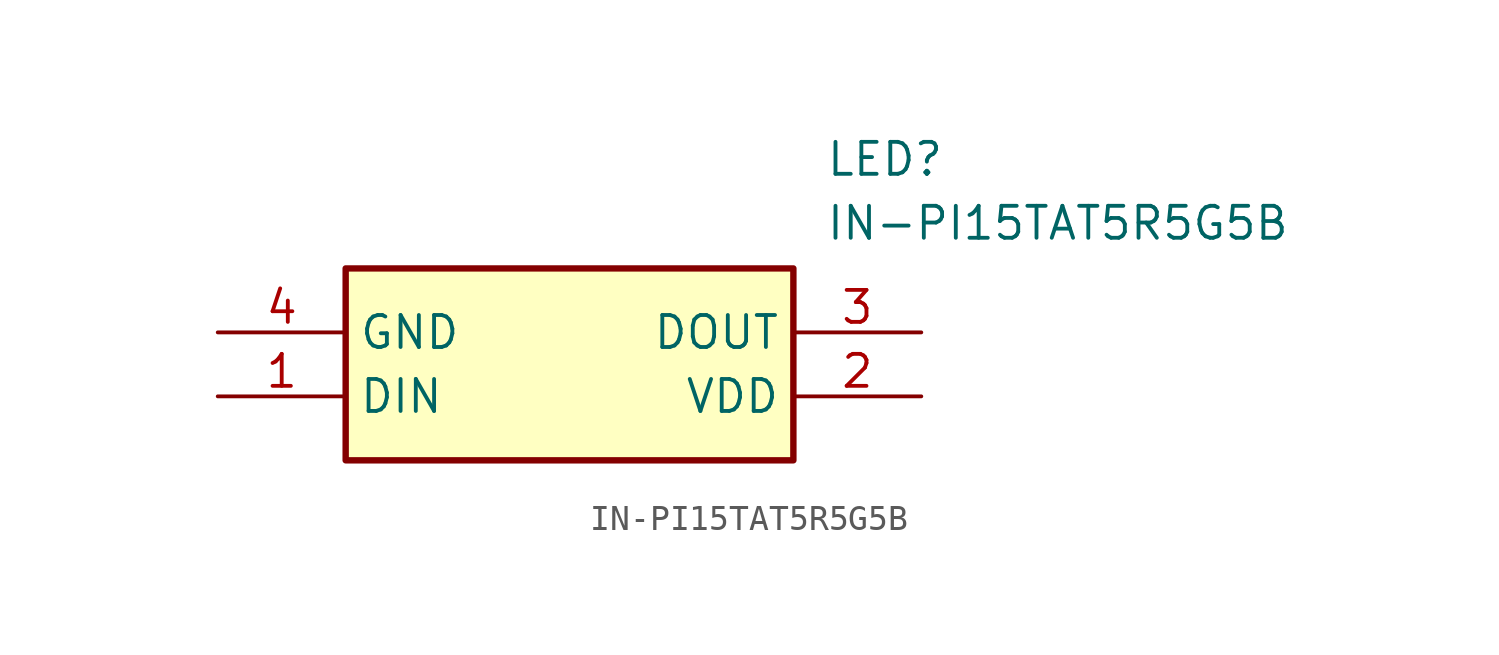
<source format=kicad_sym>
(kicad_symbol_lib
  (version 20211014)
  (generator SamacSys_ECAD_Model)
  (symbol "IN-PI15TAT5R5G5B"
    (property "Reference" "LED"
      (at 24.13 7.62 0)
      (effects (font (size 1.27 1.27)) (justify left top)))
    (property "Value" "IN-PI15TAT5R5G5B"
      (at 24.13 5.08 0)
      (effects (font (size 1.27 1.27)) (justify left top)))
    (rectangle
      (start 5.08 2.54)
      (end 22.86 -5.08)
      (stroke (width 0.254) (type default))
      (fill (type background)))
    (pin passive line
      (at 0 -2.54 0)
      (length 5.08)
      (name "DIN" (effects (font (size 1.27 1.27))))
      (number "1" (effects (font (size 1.27 1.27)))))
    (pin passive line
      (at 27.94 -2.54 180)
      (length 5.08)
      (name "VDD" (effects (font (size 1.27 1.27))))
      (number "2" (effects (font (size 1.27 1.27)))))
    (pin passive line
      (at 27.94 0 180)
      (length 5.08)
      (name "DOUT" (effects (font (size 1.27 1.27))))
      (number "3" (effects (font (size 1.27 1.27)))))
    (pin passive line
      (at 0 0 0)
      (length 5.08)
      (name "GND" (effects (font (size 1.27 1.27))))
      (number "4" (effects (font (size 1.27 1.27)))))))
</source>
